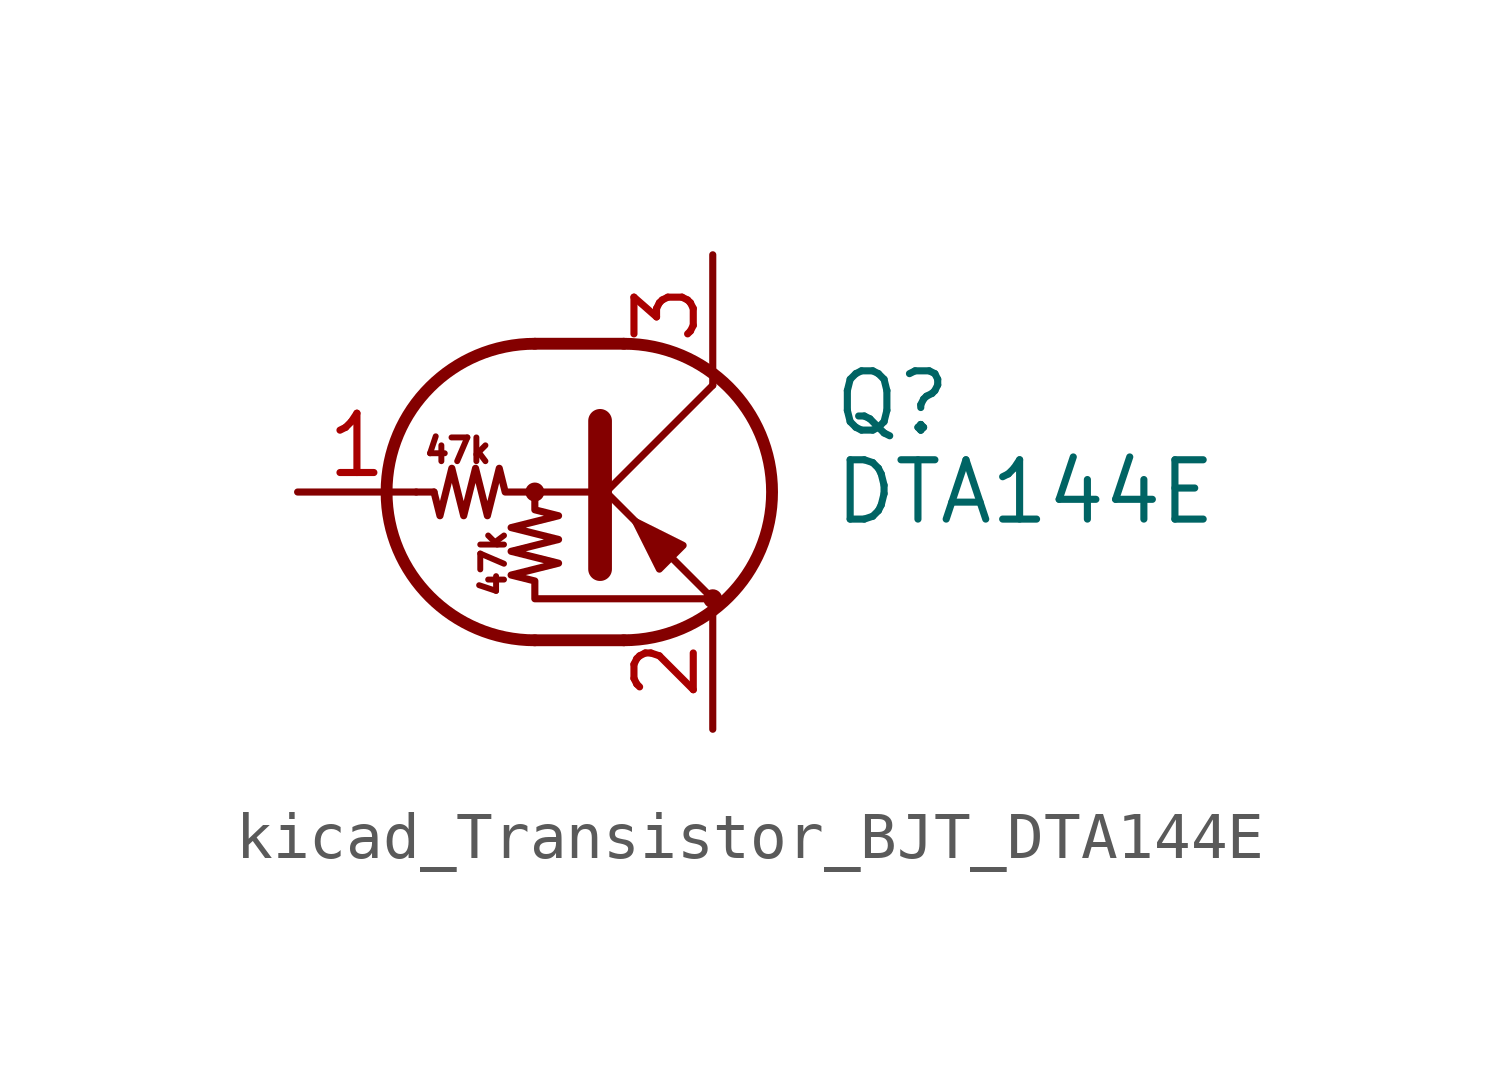
<source format=kicad_sym>
(kicad_symbol_lib
  (version 20220914)
  (generator kicad_symbol_editor)
  (symbol "kicad_Transistor_BJT_DTA144E"
    (pin_names
      (offset 0) hide)
    (property "Reference" "Q"
      (at 5.08 1.905 0)
      (effects (font (size 1.27 1.27)) (justify left)))
    (property "Value" "DTA144E"
      (at 5.08 0 0)
      (effects (font (size 1.27 1.27)) (justify left)))
    (symbol "kicad_Transistor_BJT_DTA144E_0_0"
      (text "47k" (at -2.921 0.889 0) (effects (font (size 0.508 0.508))))
      (text "47k" (at -2.159 -1.524 900) (effects (font (size 0.508 0.508)))))
    (symbol "kicad_Transistor_BJT_DTA144E_0_1"
      (circle (center -1.27 0) (radius 0.127) (stroke (width 0) (type default)) (fill (type none)))
      (arc (start -1.27 3.175) (mid -4.4312 0) (end -1.27 -3.175) (stroke (width 0.254) (type default)) (fill (type none)))
      (polyline (pts (xy -3.429 0) (xy -3.81 0)) (stroke (width 0) (type default)) (fill (type none)))
      (polyline (pts (xy -1.27 -3.175) (xy 0.635 -3.175)) (stroke (width 0.254) (type default)) (fill (type none)))
      (polyline (pts (xy -1.27 3.175) (xy 0.635 3.175)) (stroke (width 0.254) (type default)) (fill (type none)))
      (polyline (pts (xy 0 -0.254) (xy 2.54 2.286)) (stroke (width 0) (type default)) (fill (type none)))
      (polyline (pts (xy 0.127 1.524) (xy 0.127 -1.651)) (stroke (width 0.508) (type default)) (fill (type outline)))
      (polyline (pts (xy 2.54 2.286) (xy 2.54 2.54)) (stroke (width 0) (type default)) (fill (type none)))
      (polyline (pts (xy 2.54 -2.286) (xy 0 0.254) (xy 0 0.254)) (stroke (width 0) (type default)) (fill (type none)))
      (polyline (pts (xy 1.397 -1.651) (xy 1.905 -1.143) (xy 0.889 -0.635) (xy 1.397 -1.651)) (stroke (width 0) (type default)) (fill (type outline)))
      (polyline (pts (xy 0 0) (xy -1.905 0) (xy -2.032 0.508) (xy -2.286 -0.508) (xy -2.54 0.508) (xy -2.794 -0.508) (xy -3.048 0.508) (xy -3.302 -0.508) (xy -3.429 0)) (stroke (width 0) (type default)) (fill (type none)))
      (polyline (pts (xy -1.27 0) (xy -1.27 -0.381) (xy -0.762 -0.508) (xy -1.778 -0.762) (xy -0.762 -1.016) (xy -1.778 -1.27) (xy -0.762 -1.524) (xy -1.778 -1.778) (xy -1.27 -1.905) (xy -1.27 -2.286) (xy 2.54 -2.286)) (stroke (width 0) (type default)) (fill (type none)))
      (arc (start 0.635 -3.175) (mid 3.7962 0) (end 0.635 3.175) (stroke (width 0.254) (type default)) (fill (type none)))
      (circle (center 2.54 -2.286) (radius 0.127) (stroke (width 0) (type default)) (fill (type none))))
    (symbol "kicad_Transistor_BJT_DTA144E_1_1"
      (pin input line (at -6.35 0 0) (length 2.54) (name "B" (effects (font (size 1.27 1.27)))) (number "1" (effects (font (size 1.27 1.27)))))
      (pin passive line (at 2.54 -5.08 90) (length 2.54) (name "E" (effects (font (size 1.27 1.27)))) (number "2" (effects (font (size 1.27 1.27)))))
      (pin passive line (at 2.54 5.08 270) (length 2.54) (name "C" (effects (font (size 1.27 1.27)))) (number "3" (effects (font (size 1.27 1.27))))))))
</source>
